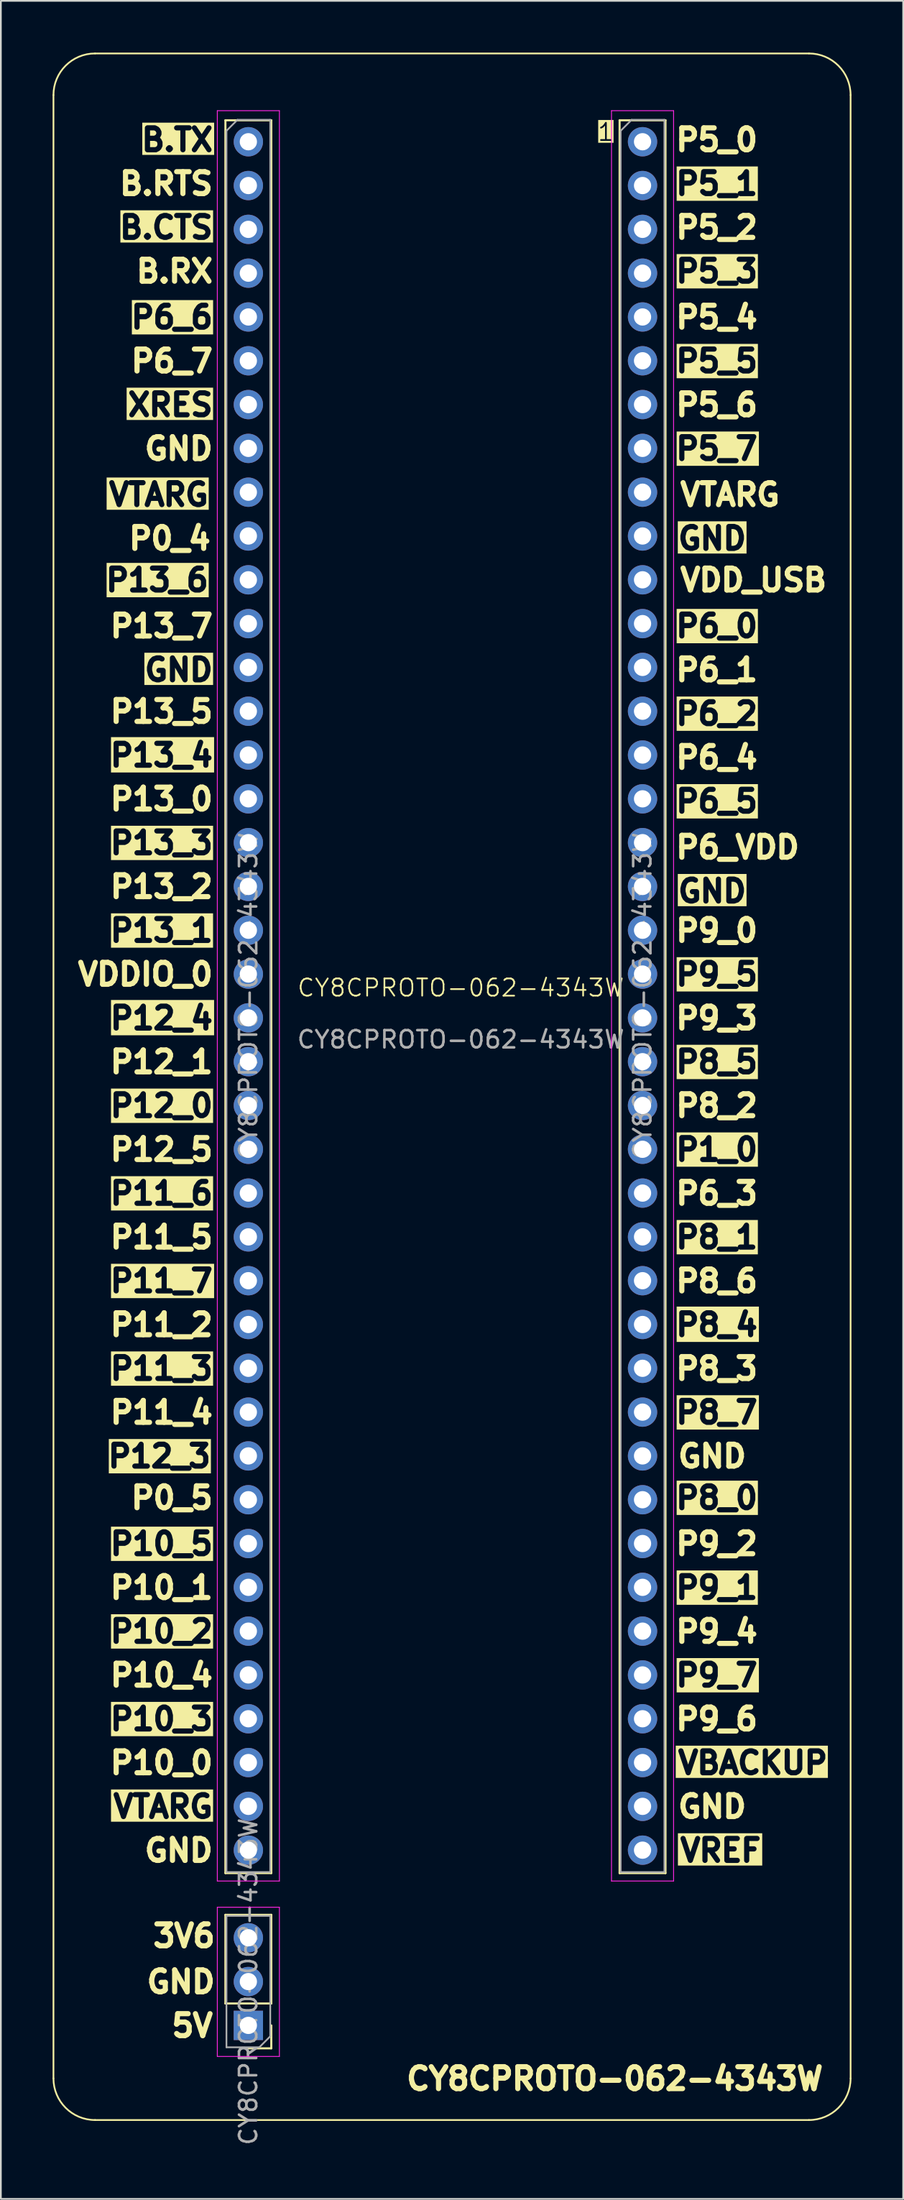
<source format=kicad_pcb>
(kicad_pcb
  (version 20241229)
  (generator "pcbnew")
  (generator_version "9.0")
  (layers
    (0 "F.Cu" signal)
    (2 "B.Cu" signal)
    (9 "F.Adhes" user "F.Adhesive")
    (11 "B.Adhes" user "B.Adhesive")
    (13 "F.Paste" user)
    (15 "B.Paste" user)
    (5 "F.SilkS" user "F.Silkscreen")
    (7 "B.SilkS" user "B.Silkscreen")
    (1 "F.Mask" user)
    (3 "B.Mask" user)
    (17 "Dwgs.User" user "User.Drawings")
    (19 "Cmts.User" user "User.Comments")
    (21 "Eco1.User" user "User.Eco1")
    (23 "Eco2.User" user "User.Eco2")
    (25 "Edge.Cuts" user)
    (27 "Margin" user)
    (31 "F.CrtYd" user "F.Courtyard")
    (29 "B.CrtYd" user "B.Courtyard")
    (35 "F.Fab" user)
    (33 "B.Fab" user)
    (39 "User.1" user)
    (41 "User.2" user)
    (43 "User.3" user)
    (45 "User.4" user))
  (footprint "CY8CPROTO-062-4343W"
    (layer "F.Cu")
    (at 23.672 54.725)
    (property "Reference" "CY8CPROTO-062-4343W" (at 0 -0.5 0) (unlocked yes) (layer "F.SilkS") (effects (font (size 1 1) (thickness 0.1))))
    (attr through_hole)
    (fp_line (start -23.622 -52.262) (end -23.622 62.738) (stroke (width 0.1) (type default)) (layer "F.SilkS"))
    (fp_line (start -21.209 -54.675) (end 20.193 -54.675) (stroke (width 0.1) (type default)) (layer "F.SilkS"))
    (fp_line (start -21.209 65.151) (end 20.193 65.151) (stroke (width 0.1) (type default)) (layer "F.SilkS"))
    (fp_line (start -13.649 -50.8) (end -13.649 50.834) (stroke (width 0.12) (type solid)) (layer "F.SilkS"))
    (fp_line (start -13.649 -50.8) (end -10.989 -50.8) (stroke (width 0.12) (type solid)) (layer "F.SilkS"))
    (fp_line (start -13.649 50.834) (end -10.989 50.834) (stroke (width 0.12) (type solid)) (layer "F.SilkS"))
    (fp_line (start -13.649 58.394) (end -13.649 53.254) (stroke (width 0.12) (type solid)) (layer "F.SilkS"))
    (fp_line (start -10.989 -50.8) (end -10.989 50.834) (stroke (width 0.12) (type solid)) (layer "F.SilkS"))
    (fp_line (start -10.989 53.254) (end -13.649 53.254) (stroke (width 0.12) (type solid)) (layer "F.SilkS"))
    (fp_line (start -10.989 58.394) (end -13.649 58.394) (stroke (width 0.12) (type solid)) (layer "F.SilkS"))
    (fp_line (start -10.989 58.394) (end -10.989 53.254) (stroke (width 0.12) (type solid)) (layer "F.SilkS"))
    (fp_line (start -10.989 59.664) (end -10.989 60.994) (stroke (width 0.12) (type solid)) (layer "F.SilkS"))
    (fp_line (start -10.989 60.994) (end -12.319 60.994) (stroke (width 0.12) (type solid)) (layer "F.SilkS"))
    (fp_line (start 9.211 -50.8) (end 9.211 50.834) (stroke (width 0.12) (type solid)) (layer "F.SilkS"))
    (fp_line (start 9.211 -50.8) (end 11.871 -50.8) (stroke (width 0.12) (type solid)) (layer "F.SilkS"))
    (fp_line (start 9.211 50.834) (end 11.871 50.834) (stroke (width 0.12) (type solid)) (layer "F.SilkS"))
    (fp_line (start 11.871 -50.8) (end 11.871 50.834) (stroke (width 0.12) (type solid)) (layer "F.SilkS"))
    (fp_line (start 22.606 -52.262) (end 22.606 62.738) (stroke (width 0.1) (type default)) (layer "F.SilkS"))
    (fp_arc (start -23.622 -52.262) (mid -22.915249 -53.968249) (end -21.209 -54.675) (stroke (width 0.1) (type default)) (layer "F.SilkS"))
    (fp_arc (start -21.209 65.151) (mid -22.915249 64.444249) (end -23.622 62.738) (stroke (width 0.1) (type default)) (layer "F.SilkS"))
    (fp_arc (start 20.193 -54.675) (mid 21.899249 -53.968249) (end 22.606 -52.262) (stroke (width 0.1) (type default)) (layer "F.SilkS"))
    (fp_arc (start 22.606 62.738) (mid 21.899249 64.444249) (end 20.193 65.151) (stroke (width 0.1) (type default)) (layer "F.SilkS"))
    (fp_line (start -14.119 -51.356) (end -14.119 51.294) (stroke (width 0.05) (type solid)) (layer "F.CrtYd"))
    (fp_line (start -14.119 51.294) (end -10.519 51.294) (stroke (width 0.05) (type solid)) (layer "F.CrtYd"))
    (fp_line (start -14.119 52.814) (end -14.119 61.464) (stroke (width 0.05) (type solid)) (layer "F.CrtYd"))
    (fp_line (start -14.119 61.464) (end -10.519 61.464) (stroke (width 0.05) (type solid)) (layer "F.CrtYd"))
    (fp_line (start -10.519 -51.356) (end -14.119 -51.356) (stroke (width 0.05) (type solid)) (layer "F.CrtYd"))
    (fp_line (start -10.519 51.294) (end -10.519 -51.356) (stroke (width 0.05) (type solid)) (layer "F.CrtYd"))
    (fp_line (start -10.519 52.814) (end -14.119 52.814) (stroke (width 0.05) (type solid)) (layer "F.CrtYd"))
    (fp_line (start -10.519 61.464) (end -10.519 52.814) (stroke (width 0.05) (type solid)) (layer "F.CrtYd"))
    (fp_line (start 8.741 -51.356) (end 8.741 51.294) (stroke (width 0.05) (type solid)) (layer "F.CrtYd"))
    (fp_line (start 8.741 51.294) (end 12.341 51.294) (stroke (width 0.05) (type solid)) (layer "F.CrtYd"))
    (fp_line (start 12.341 -51.356) (end 8.741 -51.356) (stroke (width 0.05) (type solid)) (layer "F.CrtYd"))
    (fp_line (start 12.341 51.294) (end 12.341 -51.356) (stroke (width 0.05) (type solid)) (layer "F.CrtYd"))
    (fp_line (start -13.589 -50.191) (end -12.954 -50.826) (stroke (width 0.1) (type solid)) (layer "F.Fab"))
    (fp_line (start -13.589 50.774) (end -13.589 -50.191) (stroke (width 0.1) (type solid)) (layer "F.Fab"))
    (fp_line (start -13.589 53.314) (end -11.049 53.314) (stroke (width 0.1) (type solid)) (layer "F.Fab"))
    (fp_line (start -13.589 60.934) (end -13.589 53.314) (stroke (width 0.1) (type solid)) (layer "F.Fab"))
    (fp_line (start -12.954 -50.826) (end -11.049 -50.826) (stroke (width 0.1) (type solid)) (layer "F.Fab"))
    (fp_line (start -11.684 60.934) (end -13.589 60.934) (stroke (width 0.1) (type solid)) (layer "F.Fab"))
    (fp_line (start -11.049 -50.826) (end -11.049 50.774) (stroke (width 0.1) (type solid)) (layer "F.Fab"))
    (fp_line (start -11.049 50.774) (end -13.589 50.774) (stroke (width 0.1) (type solid)) (layer "F.Fab"))
    (fp_line (start -11.049 53.314) (end -11.049 60.299) (stroke (width 0.1) (type solid)) (layer "F.Fab"))
    (fp_line (start -11.049 60.299) (end -11.684 60.934) (stroke (width 0.1) (type solid)) (layer "F.Fab"))
    (fp_line (start 9.271 -50.191) (end 9.906 -50.826) (stroke (width 0.1) (type solid)) (layer "F.Fab"))
    (fp_line (start 9.271 50.774) (end 9.271 -50.191) (stroke (width 0.1) (type solid)) (layer "F.Fab"))
    (fp_line (start 9.906 -50.826) (end 11.811 -50.826) (stroke (width 0.1) (type solid)) (layer "F.Fab"))
    (fp_line (start 11.811 -50.826) (end 11.811 50.774) (stroke (width 0.1) (type solid)) (layer "F.Fab"))
    (fp_line (start 11.811 50.774) (end 9.271 50.774) (stroke (width 0.1) (type solid)) (layer "F.Fab"))
    (fp_text user "P10_5" (at -14.224 32.486 0) (unlocked yes) (layer "F.SilkS" knockout) (effects (font (size 1.27 1.27) (thickness 0.3) (bold yes)) (justify right bottom)))
    (fp_text user "GND" (at -14.224 -31.014 0) (unlocked yes) (layer "F.SilkS") (effects (font (size 1.27 1.27) (thickness 0.3) (bold yes)) (justify right bottom)))
    (fp_text user "P6_4" (at 12.319 -13.107 0) (unlocked yes) (layer "F.SilkS") (effects (font (size 1.27 1.27) (thickness 0.3) (bold yes)) (justify left bottom)))
    (fp_text user "B.CTS" (at -14.224 -43.841 0) (unlocked yes) (layer "F.SilkS" knockout) (effects (font (size 1.27 1.27) (thickness 0.3) (bold yes)) (justify right bottom)))
    (fp_text user "GND" (at -14.224 50.266 0) (unlocked yes) (layer "F.SilkS") (effects (font (size 1.27 1.27) (thickness 0.3) (bold yes)) (justify right bottom)))
    (fp_text user "GND" (at -14.224 -18.187 0) (unlocked yes) (layer "F.SilkS" knockout) (effects (font (size 1.27 1.27) (thickness 0.3) (bold yes)) (justify right bottom)))
    (fp_text user "P13_2" (at -14.224 -5.614 0) (unlocked yes) (layer "F.SilkS") (effects (font (size 1.27 1.27) (thickness 0.3) (bold yes)) (justify right bottom)))
    (fp_text user "P11_5" (at -14.224 14.706 0) (unlocked yes) (layer "F.SilkS") (effects (font (size 1.27 1.27) (thickness 0.3) (bold yes)) (justify right bottom)))
    (fp_text user "GND" (at 12.446 -5.36 0) (unlocked yes) (layer "F.SilkS" knockout) (effects (font (size 1.27 1.27) (thickness 0.3) (bold yes)) (justify left bottom)))
    (fp_text user "P13_1" (at -14.224 -3.074 0) (unlocked yes) (layer "F.SilkS" knockout) (effects (font (size 1.27 1.27) (thickness 0.3) (bold yes)) (justify right bottom)))
    (fp_text user "P9_3" (at 12.319 2.006 0) (unlocked yes) (layer "F.SilkS") (effects (font (size 1.27 1.27) (thickness 0.3) (bold yes)) (justify left bottom)))
    (fp_text user "P8_5" (at 12.319 4.546 0) (unlocked yes) (layer "F.SilkS" knockout) (effects (font (size 1.27 1.27) (thickness 0.3) (bold yes)) (justify left bottom)))
    (fp_text user "P10_2" (at -14.224 37.566 0) (unlocked yes) (layer "F.SilkS" knockout) (effects (font (size 1.27 1.27) (thickness 0.3) (bold yes)) (justify right bottom)))
    (fp_text user "CY8CPROTO-062-4343W" (at -3.302 63.5 0) (unlocked yes) (layer "F.SilkS") (effects (font (size 1.27 1.27) (thickness 0.3) (bold yes)) (justify left bottom)))
    (fp_text user "VTARG" (at -14.224 47.726 0) (unlocked yes) (layer "F.SilkS" knockout) (effects (font (size 1.27 1.27) (thickness 0.3) (bold yes)) (justify right bottom)))
    (fp_text user "P6_0" (at 12.319 -20.727 0) (unlocked yes) (layer "F.SilkS" knockout) (effects (font (size 1.27 1.27) (thickness 0.3) (bold yes)) (justify left bottom)))
    (fp_text user "P13_7" (at -14.224 -20.727 0) (unlocked yes) (layer "F.SilkS") (effects (font (size 1.27 1.27) (thickness 0.3) (bold yes)) (justify right bottom)))
    (fp_text user "P5_0" (at 12.319 -48.921 0) (unlocked yes) (layer "F.SilkS") (effects (font (size 1.27 1.27) (thickness 0.3) (bold yes)) (justify left bottom)))
    (fp_text user "P12_4" (at -14.224 2.006 0) (unlocked yes) (layer "F.SilkS" knockout) (effects (font (size 1.27 1.27) (thickness 0.3) (bold yes)) (justify right bottom)))
    (fp_text user "P6_3" (at 12.319 12.166 0) (unlocked yes) (layer "F.SilkS") (effects (font (size 1.27 1.27) (thickness 0.3) (bold yes)) (justify left bottom)))
    (fp_text user "P10_3" (at -14.224 42.646 0) (unlocked yes) (layer "F.SilkS" knockout) (effects (font (size 1.27 1.27) (thickness 0.3) (bold yes)) (justify right bottom)))
    (fp_text user "P5_3" (at 12.319 -41.301 0) (unlocked yes) (layer "F.SilkS" knockout) (effects (font (size 1.27 1.27) (thickness 0.3) (bold yes)) (justify left bottom)))
    (fp_text user "P6_VDD" (at 12.319 -7.9 0) (unlocked yes) (layer "F.SilkS") (effects (font (size 1.27 1.27) (thickness 0.3) (bold yes)) (justify left bottom)))
    (fp_text user "VTARG" (at -14.478 -28.347 0) (unlocked yes) (layer "F.SilkS" knockout) (effects (font (size 1.27 1.27) (thickness 0.3) (bold yes)) (justify right bottom)))
    (fp_text user "B.TX" (at -14.224 -48.921 0) (unlocked yes) (layer "F.SilkS" knockout) (effects (font (size 1.27 1.27) (thickness 0.3) (bold yes)) (justify right bottom)))
    (fp_text user "P5_4" (at 12.319 -38.634 0) (unlocked yes) (layer "F.SilkS") (effects (font (size 1.27 1.27) (thickness 0.3) (bold yes)) (justify left bottom)))
    (fp_text user "P11_3" (at -14.224 22.326 0) (unlocked yes) (layer "F.SilkS" knockout) (effects (font (size 1.27 1.27) (thickness 0.3) (bold yes)) (justify right bottom)))
    (fp_text user "P11_4" (at -14.224 24.866 0) (unlocked yes) (layer "F.SilkS") (effects (font (size 1.27 1.27) (thickness 0.3) (bold yes)) (justify right bottom)))
    (fp_text user "P5_7" (at 12.319 -31.014 0) (unlocked yes) (layer "F.SilkS" knockout) (effects (font (size 1.27 1.27) (thickness 0.3) (bold yes)) (justify left bottom)))
    (fp_text user "P8_3" (at 12.319 22.326 0) (unlocked yes) (layer "F.SilkS") (effects (font (size 1.27 1.27) (thickness 0.3) (bold yes)) (justify left bottom)))
    (fp_text user "VDD_USB" (at 12.573 -23.394 0) (unlocked yes) (layer "F.SilkS") (effects (font (size 1.27 1.27) (thickness 0.3) (bold yes)) (justify left bottom)))
    (fp_text user "P8_6" (at 12.319 17.246 0) (unlocked yes) (layer "F.SilkS") (effects (font (size 1.27 1.27) (thickness 0.3) (bold yes)) (justify left bottom)))
    (fp_text user "GND" (at -14.097 57.886 0) (unlocked yes) (layer "F.SilkS") (effects (font (size 1.27 1.27) (thickness 0.3) (bold yes)) (justify right bottom)))
    (fp_text user "P6_2" (at 12.319 -15.647 0) (unlocked yes) (layer "F.SilkS" knockout) (effects (font (size 1.27 1.27) (thickness 0.3) (bold yes)) (justify left bottom)))
    (fp_text user "P11_7" (at -14.224 17.246 0) (unlocked yes) (layer "F.SilkS" knockout) (effects (font (size 1.27 1.27) (thickness 0.3) (bold yes)) (justify right bottom)))
    (fp_text user "P8_0" (at 12.319 29.819 0) (unlocked yes) (layer "F.SilkS" knockout) (effects (font (size 1.27 1.27) (thickness 0.3) (bold yes)) (justify left bottom)))
    (fp_text user "GND" (at 12.446 47.726 0) (unlocked yes) (layer "F.SilkS") (effects (font (size 1.27 1.27) (thickness 0.3) (bold yes)) (justify left bottom)))
    (fp_text user "P6_6" (at -14.224 -38.634 0) (unlocked yes) (layer "F.SilkS" knockout) (effects (font (size 1.27 1.27) (thickness 0.3) (bold yes)) (justify right bottom)))
    (fp_text user "B.RX" (at -14.224 -41.301 0) (unlocked yes) (layer "F.SilkS") (effects (font (size 1.27 1.27) (thickness 0.3) (bold yes)) (justify right bottom)))
    (fp_text user "3V6" (at -14.097 55.219 0) (unlocked yes) (layer "F.SilkS") (effects (font (size 1.27 1.27) (thickness 0.3) (bold yes)) (justify right bottom)))
    (fp_text user "P13_6" (at -14.478 -23.394 0) (unlocked yes) (layer "F.SilkS" knockout) (effects (font (size 1.27 1.27) (thickness 0.3) (bold yes)) (justify right bottom)))
    (fp_text user "P12_0" (at -14.224 7.086 0) (unlocked yes) (layer "F.SilkS" knockout) (effects (font (size 1.27 1.27) (thickness 0.3) (bold yes)) (justify right bottom)))
    (fp_text user "P9_5" (at 12.319 -0.534 0) (unlocked yes) (layer "F.SilkS" knockout) (effects (font (size 1.27 1.27) (thickness 0.3) (bold yes)) (justify left bottom)))
    (fp_text user "VREF" (at 12.573 50.266 0) (unlocked yes) (layer "F.SilkS" knockout) (effects (font (size 1.27 1.27) (thickness 0.3) (bold yes)) (justify left bottom)))
    (fp_text user "VTARG" (at 12.573 -28.347 0) (unlocked yes) (layer "F.SilkS") (effects (font (size 1.27 1.27) (thickness 0.3) (bold yes)) (justify left bottom)))
    (fp_text user "P8_1" (at 12.319 14.706 0) (unlocked yes) (layer "F.SilkS" knockout) (effects (font (size 1.27 1.27) (thickness 0.3) (bold yes)) (justify left bottom)))
    (fp_text user "P11_2" (at -14.224 19.786 0) (unlocked yes) (layer "F.SilkS") (effects (font (size 1.27 1.27) (thickness 0.3) (bold yes)) (justify right bottom)))
    (fp_text user "P5_1" (at 12.319 -46.381 0) (unlocked yes) (layer "F.SilkS" knockout) (effects (font (size 1.27 1.27) (thickness 0.3) (bold yes)) (justify left bottom)))
    (fp_text user "P13_0" (at -14.224 -10.694 0) (unlocked yes) (layer "F.SilkS") (effects (font (size 1.27 1.27) (thickness 0.3) (bold yes)) (justify right bottom)))
    (fp_text user "P12_5" (at -14.224 9.626 0) (unlocked yes) (layer "F.SilkS") (effects (font (size 1.27 1.27) (thickness 0.3) (bold yes)) (justify right bottom)))
    (fp_text user "P0_5" (at -14.224 29.819 0) (unlocked yes) (layer "F.SilkS") (effects (font (size 1.27 1.27) (thickness 0.3) (bold yes)) (justify right bottom)))
    (fp_text user "P10_4" (at -14.224 40.106 0) (unlocked yes) (layer "F.SilkS") (effects (font (size 1.27 1.27) (thickness 0.3) (bold yes)) (justify right bottom)))
    (fp_text user "P9_0" (at 12.319 -3.074 0) (unlocked yes) (layer "F.SilkS") (effects (font (size 1.27 1.27) (thickness 0.3) (bold yes)) (justify left bottom)))
    (fp_text user "P11_6" (at -14.224 12.166 0) (unlocked yes) (layer "F.SilkS" knockout) (effects (font (size 1.27 1.27) (thickness 0.3) (bold yes)) (justify right bottom)))
    (fp_text user "P9_4" (at 12.319 37.566 0) (unlocked yes) (layer "F.SilkS") (effects (font (size 1.27 1.27) (thickness 0.3) (bold yes)) (justify left bottom)))
    (fp_text user "P9_2" (at 12.319 32.486 0) (unlocked yes) (layer "F.SilkS") (effects (font (size 1.27 1.27) (thickness 0.3) (bold yes)) (justify left bottom)))
    (fp_text user "GND" (at 12.446 27.406 0) (unlocked yes) (layer "F.SilkS") (effects (font (size 1.27 1.27) (thickness 0.3) (bold yes)) (justify left bottom)))
    (fp_text user "XRES" (at -14.224 -33.554 0) (unlocked yes) (layer "F.SilkS" knockout) (effects (font (size 1.27 1.27) (thickness 0.3) (bold yes)) (justify right bottom)))
    (fp_text user "P12_3" (at -14.351 27.406 0) (unlocked yes) (layer "F.SilkS" knockout) (effects (font (size 1.27 1.27) (thickness 0.3) (bold yes)) (justify right bottom)))
    (fp_text user "P6_5" (at 12.319 -10.567 0) (unlocked yes) (layer "F.SilkS" knockout) (effects (font (size 1.27 1.27) (thickness 0.3) (bold yes)) (justify left bottom)))
    (fp_text user "P9_7" (at 12.319 40.106 0) (unlocked yes) (layer "F.SilkS" knockout) (effects (font (size 1.27 1.27) (thickness 0.3) (bold yes)) (justify left bottom)))
    (fp_text user "P1_0" (at 12.319 9.626 0) (unlocked yes) (layer "F.SilkS" knockout) (effects (font (size 1.27 1.27) (thickness 0.3) (bold yes)) (justify left bottom)))
    (fp_text user "P0_4" (at -14.351 -25.807 0) (unlocked yes) (layer "F.SilkS") (effects (font (size 1.27 1.27) (thickness 0.3) (bold yes)) (justify right bottom)))
    (fp_text user "P8_2" (at 12.319 7.086 0) (unlocked yes) (layer "F.SilkS") (effects (font (size 1.27 1.27) (thickness 0.3) (bold yes)) (justify left bottom)))
    (fp_text user "B.RTS" (at -14.224 -46.381 0) (unlocked yes) (layer "F.SilkS") (effects (font (size 1.27 1.27) (thickness 0.3) (bold yes)) (justify right bottom)))
    (fp_text user "VDDIO_0" (at -14.224 -0.534 0) (unlocked yes) (layer "F.SilkS") (effects (font (size 1.27 1.27) (thickness 0.3) (bold yes)) (justify right bottom)))
    (fp_text user "P8_4" (at 12.319 19.786 0) (unlocked yes) (layer "F.SilkS" knockout) (effects (font (size 1.27 1.27) (thickness 0.3) (bold yes)) (justify left bottom)))
    (fp_text user "5V" (at -14.224 60.426 0) (unlocked yes) (layer "F.SilkS") (effects (font (size 1.27 1.27) (thickness 0.3) (bold yes)) (justify right bottom)))
    (fp_text user "P13_3" (at -14.224 -8.154 0) (unlocked yes) (layer "F.SilkS" knockout) (effects (font (size 1.27 1.27) (thickness 0.3) (bold yes)) (justify right bottom)))
    (fp_text user "P5_2" (at 12.319 -43.841 0) (unlocked yes) (layer "F.SilkS") (effects (font (size 1.27 1.27) (thickness 0.3) (bold yes)) (justify left bottom)))
    (fp_text user "P10_1" (at -14.224 35.026 0) (unlocked yes) (layer "F.SilkS") (effects (font (size 1.27 1.27) (thickness 0.3) (bold yes)) (justify right bottom)))
    (fp_text user "GND" (at 12.446 -25.807 0) (unlocked yes) (layer "F.SilkS" knockout) (effects (font (size 1.27 1.27) (thickness 0.3) (bold yes)) (justify left bottom)))
    (fp_text user "P6_1" (at 12.319 -18.187 0) (unlocked yes) (layer "F.SilkS") (effects (font (size 1.27 1.27) (thickness 0.3) (bold yes)) (justify left bottom)))
    (fp_text user "1" (at 7.874 -49.53 0) (unlocked yes) (layer "F.SilkS" knockout) (effects (font (size 1 1) (thickness 0.1)) (justify left bottom)))
    (fp_text user "P12_1" (at -14.224 4.546 0) (unlocked yes) (layer "F.SilkS") (effects (font (size 1.27 1.27) (thickness 0.3) (bold yes)) (justify right bottom)))
    (fp_text user "P10_0" (at -14.224 45.186 0) (unlocked yes) (layer "F.SilkS") (effects (font (size 1.27 1.27) (thickness 0.3) (bold yes)) (justify right bottom)))
    (fp_text user "P8_7" (at 12.319 24.866 0) (unlocked yes) (layer "F.SilkS" knockout) (effects (font (size 1.27 1.27) (thickness 0.3) (bold yes)) (justify left bottom)))
    (fp_text user "P9_1" (at 12.319 35.026 0) (unlocked yes) (layer "F.SilkS" knockout) (effects (font (size 1.27 1.27) (thickness 0.3) (bold yes)) (justify left bottom)))
    (fp_text user "P13_5" (at -14.224 -15.774 0) (unlocked yes) (layer "F.SilkS") (effects (font (size 1.27 1.27) (thickness 0.3) (bold yes)) (justify right bottom)))
    (fp_text user "P9_6" (at 12.319 42.646 0) (unlocked yes) (layer "F.SilkS") (effects (font (size 1.27 1.27) (thickness 0.3) (bold yes)) (justify left bottom)))
    (fp_text user "P13_4" (at -14.224 -13.234 0) (unlocked yes) (layer "F.SilkS" knockout) (effects (font (size 1.27 1.27) (thickness 0.3) (bold yes)) (justify right bottom)))
    (fp_text user "P5_6" (at 12.319 -33.554 0) (unlocked yes) (layer "F.SilkS") (effects (font (size 1.27 1.27) (thickness 0.3) (bold yes)) (justify left bottom)))
    (fp_text user "VBACKUP" (at 12.446 45.186 0) (unlocked yes) (layer "F.SilkS" knockout) (effects (font (size 1.27 1.27) (thickness 0.3) (bold yes)) (justify left bottom)))
    (fp_text user "P6_7" (at -14.224 -36.094 0) (unlocked yes) (layer "F.SilkS") (effects (font (size 1.27 1.27) (thickness 0.3) (bold yes)) (justify right bottom)))
    (fp_text user "P5_5" (at 12.319 -36.094 0) (unlocked yes) (layer "F.SilkS" knockout) (effects (font (size 1.27 1.27) (thickness 0.3) (bold yes)) (justify left bottom)))
    (fp_text user "${REFERENCE}" (at -12.319 -0.026 90) (layer "F.Fab") (effects (font (size 1 1) (thickness 0.15))))
    (fp_text user "${REFERENCE}" (at -12.319 57.124 90) (layer "F.Fab") (effects (font (size 1 1) (thickness 0.15))))
    (fp_text user "${REFERENCE}" (at 0 2.5 0) (unlocked yes) (layer "F.Fab") (effects (font (size 1 1) (thickness 0.15))))
    (fp_text user "${REFERENCE}" (at 10.541 -0.026 90) (layer "F.Fab") (effects (font (size 1 1) (thickness 0.15))))
    (pad "1" thru_hole circle (at 10.541 -49.556) (size 1.7 1.7) (drill 1) (layers "*.Cu" "*.Mask"))
    (pad "2" thru_hole oval (at 10.541 -47.016) (size 1.7 1.7) (drill 1) (layers "*.Cu" "*.Mask"))
    (pad "3" thru_hole oval (at 10.541 -44.476) (size 1.7 1.7) (drill 1) (layers "*.Cu" "*.Mask"))
    (pad "4" thru_hole oval (at 10.541 -41.936) (size 1.7 1.7) (drill 1) (layers "*.Cu" "*.Mask"))
    (pad "5" thru_hole oval (at 10.541 -39.396) (size 1.7 1.7) (drill 1) (layers "*.Cu" "*.Mask"))
    (pad "6" thru_hole oval (at 10.541 -36.856) (size 1.7 1.7) (drill 1) (layers "*.Cu" "*.Mask"))
    (pad "7" thru_hole oval (at 10.541 -34.316) (size 1.7 1.7) (drill 1) (layers "*.Cu" "*.Mask"))
    (pad "8" thru_hole oval (at 10.541 -31.776) (size 1.7 1.7) (drill 1) (layers "*.Cu" "*.Mask"))
    (pad "9" thru_hole oval (at 10.541 -29.236) (size 1.7 1.7) (drill 1) (layers "*.Cu" "*.Mask"))
    (pad "10" thru_hole oval (at 10.541 -26.696) (size 1.7 1.7) (drill 1) (layers "*.Cu" "*.Mask"))
    (pad "11" thru_hole oval (at 10.541 -24.156) (size 1.7 1.7) (drill 1) (layers "*.Cu" "*.Mask"))
    (pad "12" thru_hole oval (at 10.541 -21.616) (size 1.7 1.7) (drill 1) (layers "*.Cu" "*.Mask"))
    (pad "13" thru_hole oval (at 10.541 -19.076) (size 1.7 1.7) (drill 1) (layers "*.Cu" "*.Mask"))
    (pad "14" thru_hole oval (at 10.541 -16.536) (size 1.7 1.7) (drill 1) (layers "*.Cu" "*.Mask"))
    (pad "15" thru_hole oval (at 10.541 -13.996) (size 1.7 1.7) (drill 1) (layers "*.Cu" "*.Mask"))
    (pad "16" thru_hole oval (at 10.541 -11.456) (size 1.7 1.7) (drill 1) (layers "*.Cu" "*.Mask"))
    (pad "17" thru_hole oval (at 10.541 -8.916) (size 1.7 1.7) (drill 1) (layers "*.Cu" "*.Mask"))
    (pad "18" thru_hole oval (at 10.541 -6.376) (size 1.7 1.7) (drill 1) (layers "*.Cu" "*.Mask"))
    (pad "19" thru_hole oval (at 10.541 -3.836) (size 1.7 1.7) (drill 1) (layers "*.Cu" "*.Mask"))
    (pad "20" thru_hole oval (at 10.541 -1.296) (size 1.7 1.7) (drill 1) (layers "*.Cu" "*.Mask"))
    (pad "21" thru_hole oval (at 10.541 1.244) (size 1.7 1.7) (drill 1) (layers "*.Cu" "*.Mask"))
    (pad "22" thru_hole oval (at 10.541 3.784) (size 1.7 1.7) (drill 1) (layers "*.Cu" "*.Mask"))
    (pad "23" thru_hole oval (at 10.541 6.324) (size 1.7 1.7) (drill 1) (layers "*.Cu" "*.Mask"))
    (pad "24" thru_hole oval (at 10.541 8.864) (size 1.7 1.7) (drill 1) (layers "*.Cu" "*.Mask"))
    (pad "25" thru_hole oval (at 10.541 11.404) (size 1.7 1.7) (drill 1) (layers "*.Cu" "*.Mask"))
    (pad "26" thru_hole oval (at 10.541 13.944) (size 1.7 1.7) (drill 1) (layers "*.Cu" "*.Mask"))
    (pad "27" thru_hole oval (at 10.541 16.484) (size 1.7 1.7) (drill 1) (layers "*.Cu" "*.Mask"))
    (pad "28" thru_hole oval (at 10.541 19.024) (size 1.7 1.7) (drill 1) (layers "*.Cu" "*.Mask"))
    (pad "29" thru_hole oval (at 10.541 21.564) (size 1.7 1.7) (drill 1) (layers "*.Cu" "*.Mask"))
    (pad "30" thru_hole oval (at 10.541 24.104) (size 1.7 1.7) (drill 1) (layers "*.Cu" "*.Mask"))
    (pad "31" thru_hole oval (at 10.541 26.644) (size 1.7 1.7) (drill 1) (layers "*.Cu" "*.Mask"))
    (pad "32" thru_hole oval (at 10.541 29.184) (size 1.7 1.7) (drill 1) (layers "*.Cu" "*.Mask"))
    (pad "33" thru_hole oval (at 10.541 31.724) (size 1.7 1.7) (drill 1) (layers "*.Cu" "*.Mask"))
    (pad "34" thru_hole oval (at 10.541 34.264) (size 1.7 1.7) (drill 1) (layers "*.Cu" "*.Mask"))
    (pad "35" thru_hole oval (at 10.541 36.804) (size 1.7 1.7) (drill 1) (layers "*.Cu" "*.Mask"))
    (pad "36" thru_hole oval (at 10.541 39.344) (size 1.7 1.7) (drill 1) (layers "*.Cu" "*.Mask"))
    (pad "37" thru_hole oval (at 10.541 41.884) (size 1.7 1.7) (drill 1) (layers "*.Cu" "*.Mask"))
    (pad "38" thru_hole oval (at 10.541 44.424) (size 1.7 1.7) (drill 1) (layers "*.Cu" "*.Mask"))
    (pad "39" thru_hole oval (at 10.541 46.964) (size 1.7 1.7) (drill 1) (layers "*.Cu" "*.Mask"))
    (pad "40" thru_hole oval (at 10.541 49.504) (size 1.7 1.7) (drill 1) (layers "*.Cu" "*.Mask"))
    (pad "41" thru_hole oval (at -12.319 49.504) (size 1.7 1.7) (drill 1) (layers "*.Cu" "*.Mask"))
    (pad "42" thru_hole oval (at -12.319 46.964) (size 1.7 1.7) (drill 1) (layers "*.Cu" "*.Mask"))
    (pad "43" thru_hole oval (at -12.319 44.424) (size 1.7 1.7) (drill 1) (layers "*.Cu" "*.Mask"))
    (pad "44" thru_hole oval (at -12.319 41.884) (size 1.7 1.7) (drill 1) (layers "*.Cu" "*.Mask"))
    (pad "45" thru_hole oval (at -12.319 39.344) (size 1.7 1.7) (drill 1) (layers "*.Cu" "*.Mask"))
    (pad "46" thru_hole oval (at -12.319 36.804) (size 1.7 1.7) (drill 1) (layers "*.Cu" "*.Mask"))
    (pad "47" thru_hole oval (at -12.319 34.264) (size 1.7 1.7) (drill 1) (layers "*.Cu" "*.Mask"))
    (pad "48" thru_hole oval (at -12.319 31.724) (size 1.7 1.7) (drill 1) (layers "*.Cu" "*.Mask"))
    (pad "49" thru_hole oval (at -12.319 29.184) (size 1.7 1.7) (drill 1) (layers "*.Cu" "*.Mask"))
    (pad "50" thru_hole oval (at -12.319 26.644) (size 1.7 1.7) (drill 1) (layers "*.Cu" "*.Mask"))
    (pad "51" thru_hole oval (at -12.319 24.104) (size 1.7 1.7) (drill 1) (layers "*.Cu" "*.Mask"))
    (pad "52" thru_hole oval (at -12.319 21.564) (size 1.7 1.7) (drill 1) (layers "*.Cu" "*.Mask"))
    (pad "53" thru_hole oval (at -12.319 19.024) (size 1.7 1.7) (drill 1) (layers "*.Cu" "*.Mask"))
    (pad "54" thru_hole oval (at -12.319 16.484) (size 1.7 1.7) (drill 1) (layers "*.Cu" "*.Mask"))
    (pad "55" thru_hole oval (at -12.319 13.944) (size 1.7 1.7) (drill 1) (layers "*.Cu" "*.Mask"))
    (pad "56" thru_hole oval (at -12.319 11.404) (size 1.7 1.7) (drill 1) (layers "*.Cu" "*.Mask"))
    (pad "57" thru_hole oval (at -12.319 8.864) (size 1.7 1.7) (drill 1) (layers "*.Cu" "*.Mask"))
    (pad "58" thru_hole oval (at -12.319 6.324) (size 1.7 1.7) (drill 1) (layers "*.Cu" "*.Mask"))
    (pad "59" thru_hole oval (at -12.319 3.784) (size 1.7 1.7) (drill 1) (layers "*.Cu" "*.Mask"))
    (pad "60" thru_hole oval (at -12.319 1.244) (size 1.7 1.7) (drill 1) (layers "*.Cu" "*.Mask"))
    (pad "61" thru_hole oval (at -12.319 -1.296) (size 1.7 1.7) (drill 1) (layers "*.Cu" "*.Mask"))
    (pad "62" thru_hole oval (at -12.319 -3.836) (size 1.7 1.7) (drill 1) (layers "*.Cu" "*.Mask"))
    (pad "63" thru_hole oval (at -12.319 -6.376) (size 1.7 1.7) (drill 1) (layers "*.Cu" "*.Mask"))
    (pad "64" thru_hole oval (at -12.319 -8.916) (size 1.7 1.7) (drill 1) (layers "*.Cu" "*.Mask"))
    (pad "65" thru_hole oval (at -12.319 -11.456) (size 1.7 1.7) (drill 1) (layers "*.Cu" "*.Mask"))
    (pad "66" thru_hole oval (at -12.319 -13.996) (size 1.7 1.7) (drill 1) (layers "*.Cu" "*.Mask"))
    (pad "67" thru_hole oval (at -12.319 -16.536) (size 1.7 1.7) (drill 1) (layers "*.Cu" "*.Mask"))
    (pad "68" thru_hole oval (at -12.319 -19.076) (size 1.7 1.7) (drill 1) (layers "*.Cu" "*.Mask"))
    (pad "69" thru_hole oval (at -12.319 -21.616) (size 1.7 1.7) (drill 1) (layers "*.Cu" "*.Mask"))
    (pad "70" thru_hole oval (at -12.319 -24.156) (size 1.7 1.7) (drill 1) (layers "*.Cu" "*.Mask"))
    (pad "71" thru_hole oval (at -12.319 -26.696) (size 1.7 1.7) (drill 1) (layers "*.Cu" "*.Mask"))
    (pad "72" thru_hole oval (at -12.319 -29.236) (size 1.7 1.7) (drill 1) (layers "*.Cu" "*.Mask"))
    (pad "73" thru_hole oval (at -12.319 -31.776) (size 1.7 1.7) (drill 1) (layers "*.Cu" "*.Mask"))
    (pad "74" thru_hole oval (at -12.319 -34.316) (size 1.7 1.7) (drill 1) (layers "*.Cu" "*.Mask"))
    (pad "75" thru_hole oval (at -12.319 -36.856) (size 1.7 1.7) (drill 1) (layers "*.Cu" "*.Mask"))
    (pad "76" thru_hole oval (at -12.319 -39.396) (size 1.7 1.7) (drill 1) (layers "*.Cu" "*.Mask"))
    (pad "77" thru_hole oval (at -12.319 -41.936) (size 1.7 1.7) (drill 1) (layers "*.Cu" "*.Mask"))
    (pad "78" thru_hole oval (at -12.319 -44.476) (size 1.7 1.7) (drill 1) (layers "*.Cu" "*.Mask"))
    (pad "79" thru_hole oval (at -12.319 -47.016) (size 1.7 1.7) (drill 1) (layers "*.Cu" "*.Mask"))
    (pad "80" thru_hole circle (at -12.319 -49.556) (size 1.7 1.7) (drill 1) (layers "*.Cu" "*.Mask"))
    (pad "81" thru_hole oval (at -12.319 54.584 180) (size 1.7 1.7) (drill 1) (layers "*.Cu" "*.Mask"))
    (pad "82" thru_hole oval (at -12.319 57.124 180) (size 1.7 1.7) (drill 1) (layers "*.Cu" "*.Mask"))
    (pad "83" thru_hole rect (at -12.319 59.664 180) (size 1.7 1.7) (drill 1) (layers "*.Cu" "*.Mask")))
  (gr_rect
    (start -3 -3)
    (end 49.328 124.45)
    (stroke (width 0.1) (type default))
    (fill no)
    (layer "Edge.Cuts")))
</source>
